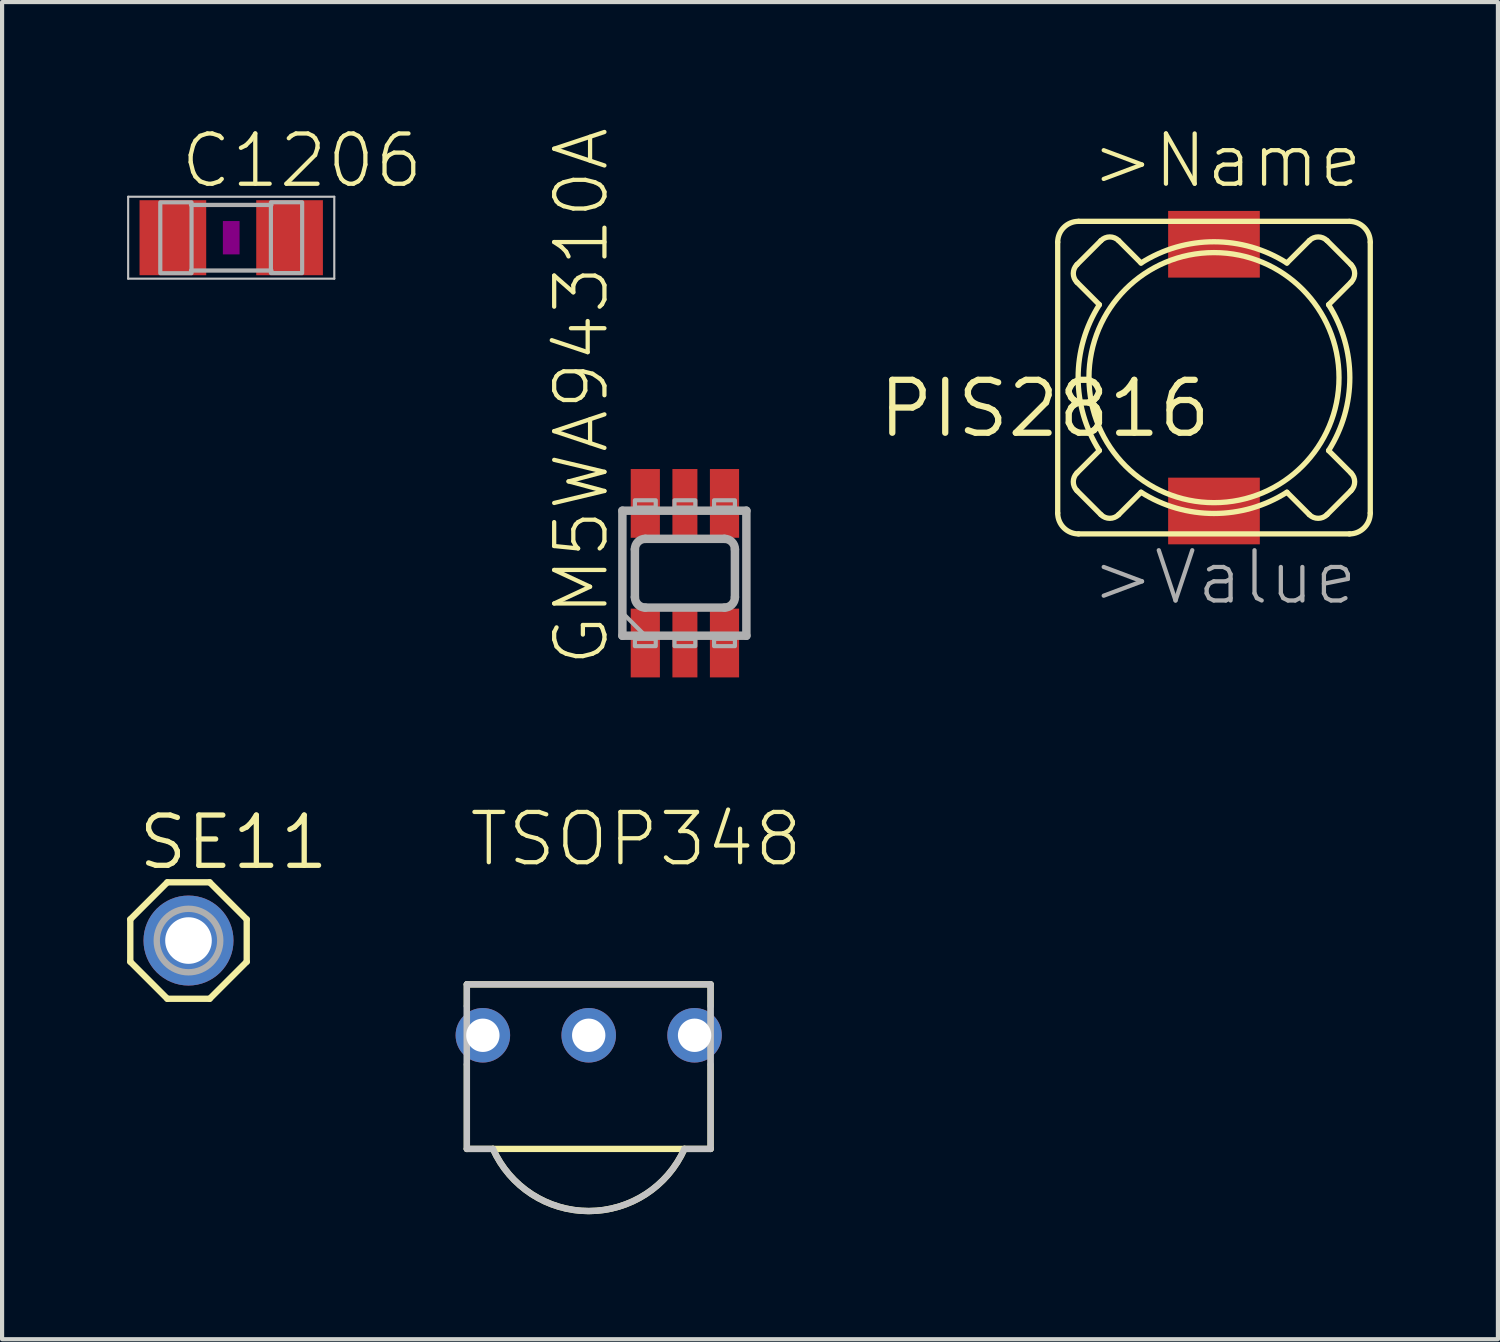
<source format=kicad_pcb>
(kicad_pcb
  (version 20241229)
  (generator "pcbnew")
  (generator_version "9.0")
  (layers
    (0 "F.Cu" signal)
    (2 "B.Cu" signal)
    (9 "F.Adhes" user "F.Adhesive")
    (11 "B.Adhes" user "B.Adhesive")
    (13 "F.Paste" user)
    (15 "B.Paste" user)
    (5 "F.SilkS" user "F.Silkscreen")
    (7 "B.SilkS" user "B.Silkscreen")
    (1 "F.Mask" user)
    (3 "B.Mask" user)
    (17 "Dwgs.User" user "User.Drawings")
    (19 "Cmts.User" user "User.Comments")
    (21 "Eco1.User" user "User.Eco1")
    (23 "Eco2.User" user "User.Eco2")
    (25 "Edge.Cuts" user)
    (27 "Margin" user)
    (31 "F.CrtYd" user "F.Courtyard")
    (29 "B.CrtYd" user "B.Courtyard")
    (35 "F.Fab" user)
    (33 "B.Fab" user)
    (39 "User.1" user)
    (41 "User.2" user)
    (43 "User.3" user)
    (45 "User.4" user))
  (footprint "PIS2816"
    (layer "F.Cu")
    (at 26.079 6.011)
    (property "Reference" "PIS2816" (at 0 0 0) (layer "F.SilkS") (effects (font (size 1.27 1.27) (thickness 0.15)) (justify right top)))
    (attr through_hole)
    (fp_line (start -3.75 3.25) (end -3.75 -3.25) (stroke (width 0.127) (type solid)) (layer "F.SilkS"))
    (fp_line (start -3.288 -2.712) (end -2.712 -3.288) (stroke (width 0.127) (type solid)) (layer "F.SilkS"))
    (fp_line (start -3.288 2.288) (end -2.75 1.75) (stroke (width 0.127) (type solid)) (layer "F.SilkS"))
    (fp_line (start -3.25 -3.75) (end 3.25 -3.75) (stroke (width 0.127) (type solid)) (layer "F.SilkS"))
    (fp_line (start -2.75 -1.75) (end -3.288 -2.288) (stroke (width 0.127) (type solid)) (layer "F.SilkS"))
    (fp_line (start -2.712 3.288) (end -3.288 2.712) (stroke (width 0.127) (type solid)) (layer "F.SilkS"))
    (fp_line (start -2.288 -3.288) (end -1.75 -2.75) (stroke (width 0.127) (type solid)) (layer "F.SilkS"))
    (fp_line (start -1.75 2.75) (end -2.288 3.288) (stroke (width 0.127) (type solid)) (layer "F.SilkS"))
    (fp_line (start 1.75 -2.75) (end 2.288 -3.288) (stroke (width 0.127) (type solid)) (layer "F.SilkS"))
    (fp_line (start 2.288 3.288) (end 1.75 2.75) (stroke (width 0.127) (type solid)) (layer "F.SilkS"))
    (fp_line (start 2.712 -3.288) (end 3.288 -2.712) (stroke (width 0.127) (type solid)) (layer "F.SilkS"))
    (fp_line (start 2.75 1.75) (end 3.288 2.288) (stroke (width 0.127) (type solid)) (layer "F.SilkS"))
    (fp_line (start 3.25 3.75) (end -3.25 3.75) (stroke (width 0.127) (type solid)) (layer "F.SilkS"))
    (fp_line (start 3.288 -2.288) (end 2.75 -1.75) (stroke (width 0.127) (type solid)) (layer "F.SilkS"))
    (fp_line (start 3.288 2.712) (end 2.712 3.288) (stroke (width 0.127) (type solid)) (layer "F.SilkS"))
    (fp_line (start 3.75 -3.25) (end 3.75 3.25) (stroke (width 0.127) (type solid)) (layer "F.SilkS"))
    (fp_arc (start -3.75 -3.25) (mid -3.603553 -3.603553) (end -3.25 -3.75) (stroke (width 0.127) (type solid)) (layer "F.SilkS"))
    (fp_arc (start -3.2879 -2.2879) (mid -3.375755 -2.5) (end -3.2879 -2.7121) (stroke (width 0.127) (type solid)) (layer "F.SilkS"))
    (fp_arc (start -3.2879 2.7121) (mid -3.375755 2.5) (end -3.2879 2.2879) (stroke (width 0.127) (type solid)) (layer "F.SilkS"))
    (fp_arc (start -3.25 3.75) (mid -3.603553 3.603553) (end -3.75 3.25) (stroke (width 0.127) (type solid)) (layer "F.SilkS"))
    (fp_arc (start -2.75 1.75) (mid -3.259601 0) (end -2.75 -1.75) (stroke (width 0.127) (type solid)) (layer "F.SilkS"))
    (fp_arc (start -2.7121 -3.2879) (mid -2.5 -3.375755) (end -2.2879 -3.2879) (stroke (width 0.127) (type solid)) (layer "F.SilkS"))
    (fp_arc (start -2.2879 3.2879) (mid -2.5 3.375755) (end -2.7121 3.2879) (stroke (width 0.127) (type solid)) (layer "F.SilkS"))
    (fp_arc (start -1.75 -2.75) (mid 0 -3.259601) (end 1.75 -2.75) (stroke (width 0.127) (type solid)) (layer "F.SilkS"))
    (fp_arc (start 1.75 2.75) (mid 0 3.259601) (end -1.75 2.75) (stroke (width 0.127) (type solid)) (layer "F.SilkS"))
    (fp_arc (start 2.2879 -3.2879) (mid 2.5 -3.375755) (end 2.7121 -3.2879) (stroke (width 0.127) (type solid)) (layer "F.SilkS"))
    (fp_arc (start 2.7121 3.2879) (mid 2.5 3.375755) (end 2.2879 3.2879) (stroke (width 0.127) (type solid)) (layer "F.SilkS"))
    (fp_arc (start 2.75 -1.75) (mid 3.259601 0) (end 2.75 1.75) (stroke (width 0.127) (type solid)) (layer "F.SilkS"))
    (fp_arc (start 3.25 -3.75) (mid 3.603553 -3.603553) (end 3.75 -3.25) (stroke (width 0.127) (type solid)) (layer "F.SilkS"))
    (fp_arc (start 3.2879 -2.7121) (mid 3.375755 -2.5) (end 3.2879 -2.2879) (stroke (width 0.127) (type solid)) (layer "F.SilkS"))
    (fp_arc (start 3.2879 2.2879) (mid 3.375755 2.5) (end 3.2879 2.7121) (stroke (width 0.127) (type solid)) (layer "F.SilkS"))
    (fp_arc (start 3.75 3.25) (mid 3.603553 3.603553) (end 3.25 3.75) (stroke (width 0.127) (type solid)) (layer "F.SilkS"))
    (fp_circle (center 0 0) (end 3 0) (stroke (width 0.127) (type solid)) (fill no) (layer "F.SilkS"))
    (fp_text user ">Name" (at -3 -4.5 0) (layer "F.SilkS") (effects (font (size 1.206 1.206) (thickness 0.102)) (justify left bottom)))
    (fp_text user ">Value" (at -3 5.5 0) (layer "F.Fab") (effects (font (size 1.206 1.206) (thickness 0.102)) (justify left bottom)))
    (pad "P$1" smd rect (at 0 -3.2) (size 2.2 1.6) (layers "F.Cu" "F.Mask" "F.Paste"))
    (pad "P$2" smd rect (at 0 3.2) (size 2.2 1.6) (layers "F.Cu" "F.Mask" "F.Paste")))
  (footprint "TSOP348"
    (layer "F.Cu")
    (at 11.076 21.791)
    (property "Reference" "TSOP348" (at -2.924 -4 0) (layer "F.SilkS") (effects (font (size 1.206 1.206) (thickness 0.102)) (justify left bottom)))
    (attr through_hole)
    (fp_line (start -2.924 -1.222) (end -2.924 -0.7) (stroke (width 0.152) (type solid)) (layer "F.SilkS"))
    (fp_line (start -2.924 -1.222) (end 2.924 -1.222) (stroke (width 0.152) (type solid)) (layer "F.SilkS"))
    (fp_line (start -2.924 0.7) (end -2.924 2.727) (stroke (width 0.152) (type solid)) (layer "F.SilkS"))
    (fp_line (start -2.924 2.727) (end -2.297 2.727) (stroke (width 0.152) (type solid)) (layer "F.SilkS"))
    (fp_line (start -2.297 2.727) (end 2.297 2.727) (stroke (width 0.152) (type solid)) (layer "F.SilkS"))
    (fp_line (start 2.297 2.727) (end 2.924 2.727) (stroke (width 0.152) (type solid)) (layer "F.SilkS"))
    (fp_line (start 2.924 -1.222) (end 2.924 -0.7) (stroke (width 0.152) (type solid)) (layer "F.SilkS"))
    (fp_line (start 2.924 0.7) (end 2.924 2.727) (stroke (width 0.152) (type solid)) (layer "F.SilkS"))
    (fp_arc (start 2.2968 2.727) (mid 0 4.217552) (end -2.2968 2.727) (stroke (width 0.1524) (type solid)) (layer "F.SilkS"))
    (fp_line (start -2.924 -1.222) (end 2.924 -1.222) (stroke (width 0.152) (type solid)) (layer "Dwgs.User"))
    (fp_line (start -2.924 2.727) (end -2.924 -1.222) (stroke (width 0.152) (type solid)) (layer "Dwgs.User"))
    (fp_line (start -2.297 2.727) (end -2.924 2.727) (stroke (width 0.152) (type solid)) (layer "Dwgs.User"))
    (fp_line (start 2.924 -1.222) (end 2.924 2.727) (stroke (width 0.152) (type solid)) (layer "Dwgs.User"))
    (fp_line (start 2.924 2.727) (end 2.297 2.727) (stroke (width 0.152) (type solid)) (layer "Dwgs.User"))
    (fp_arc (start 2.2968 2.727) (mid 0 4.217552) (end -2.2968 2.727) (stroke (width 0.1524) (type solid)) (layer "Dwgs.User"))
    (fp_line (start -2.924 -0.7) (end -2.924 0.7) (stroke (width 0.152) (type solid)) (layer "F.Fab"))
    (fp_line (start 2.924 -0.7) (end 2.924 0.7) (stroke (width 0.152) (type solid)) (layer "F.Fab"))
    (pad "1" thru_hole circle (at -2.54 0) (size 1.308 1.308) (drill 0.8) (layers "*.Cu" "*.Mask"))
    (pad "2" thru_hole circle (at 0 0) (size 1.308 1.308) (drill 0.8) (layers "*.Cu" "*.Mask"))
    (pad "3" thru_hole circle (at 2.54 0) (size 1.308 1.308) (drill 0.8) (layers "*.Cu" "*.Mask")))
  (footprint "GM5WA94310A"
    (layer "F.Cu")
    (at 13.384 10.704)
    (property "Reference" "GM5WA94310A" (at -1.778 2.286 90) (layer "F.SilkS") (effects (font (size 1.206 1.206) (thickness 0.102)) (justify left bottom)))
    (attr through_hole)
    (fp_poly (pts (xy -1.375 2.575) (xy -0.525 2.575) (xy -0.525 0.775) (xy -1.375 0.775)) (stroke (width 0) (type solid)) (fill yes) (layer "F.Mask"))
    (fp_poly (pts (xy -0.525 -2.575) (xy -1.375 -2.575) (xy -1.375 -0.775) (xy -0.525 -0.775)) (stroke (width 0) (type solid)) (fill yes) (layer "F.Mask"))
    (fp_poly (pts (xy -0.375 2.575) (xy 0.375 2.575) (xy 0.375 0.775) (xy -0.375 0.775)) (stroke (width 0) (type solid)) (fill yes) (layer "F.Mask"))
    (fp_poly (pts (xy 0.375 -2.575) (xy -0.375 -2.575) (xy -0.375 -0.775) (xy 0.375 -0.775)) (stroke (width 0) (type solid)) (fill yes) (layer "F.Mask"))
    (fp_poly (pts (xy 0.525 2.575) (xy 1.375 2.575) (xy 1.375 0.775) (xy 0.525 0.775)) (stroke (width 0) (type solid)) (fill yes) (layer "F.Mask"))
    (fp_poly (pts (xy 1.375 -2.575) (xy 0.525 -2.575) (xy 0.525 -0.775) (xy 1.375 -0.775)) (stroke (width 0) (type solid)) (fill yes) (layer "F.Mask"))
    (fp_line (start -1.5 -1.5) (end -1.5 1.5) (stroke (width 0.203) (type solid)) (layer "F.Fab"))
    (fp_line (start -1.5 1.5) (end 1.475 1.5) (stroke (width 0.203) (type solid)) (layer "F.Fab"))
    (fp_line (start -1.2 -0.575) (end -1.2 0.575) (stroke (width 0.203) (type solid)) (layer "F.Fab"))
    (fp_line (start -0.95 -0.825) (end 0.95 -0.825) (stroke (width 0.203) (type solid)) (layer "F.Fab"))
    (fp_line (start 0.95 0.825) (end -0.95 0.825) (stroke (width 0.203) (type solid)) (layer "F.Fab"))
    (fp_line (start 1.2 -0.575) (end 1.2 0.575) (stroke (width 0.203) (type solid)) (layer "F.Fab"))
    (fp_line (start 1.475 -1.5) (end -1.5 -1.5) (stroke (width 0.203) (type solid)) (layer "F.Fab"))
    (fp_line (start 1.475 1.5) (end 1.475 -1.5) (stroke (width 0.203) (type solid)) (layer "F.Fab"))
    (fp_arc (start -1.2 -0.575) (mid -1.126777 -0.751777) (end -0.95 -0.825) (stroke (width 0.2032) (type solid)) (layer "F.Fab"))
    (fp_arc (start -0.95 0.825) (mid -1.126777 0.751777) (end -1.2 0.575) (stroke (width 0.2032) (type solid)) (layer "F.Fab"))
    (fp_arc (start 0.95 -0.825) (mid 1.126777 -0.751777) (end 1.2 -0.575) (stroke (width 0.2032) (type solid)) (layer "F.Fab"))
    (fp_arc (start 1.2 0.575) (mid 1.126777 0.751777) (end 0.95 0.825) (stroke (width 0.2032) (type solid)) (layer "F.Fab"))
    (fp_poly (pts (xy -1.5 1.5) (xy -1.025 1.5) (xy -0.95 1.5) (xy -1.5 0.95)) (stroke (width 0.1) (type solid)) (fill no) (layer "F.Fab"))
    (fp_poly (pts (xy -1.2 -1.575) (xy -0.7 -1.575) (xy -0.7 -1.75) (xy -1.2 -1.75)) (stroke (width 0.1) (type solid)) (fill no) (layer "F.Fab"))
    (fp_poly (pts (xy -0.7 1.575) (xy -1.2 1.575) (xy -1.2 1.75) (xy -0.7 1.75)) (stroke (width 0.1) (type solid)) (fill no) (layer "F.Fab"))
    (fp_poly (pts (xy -0.25 -1.575) (xy 0.25 -1.575) (xy 0.25 -1.75) (xy -0.25 -1.75)) (stroke (width 0.1) (type solid)) (fill no) (layer "F.Fab"))
    (fp_poly (pts (xy 0.25 1.575) (xy -0.25 1.575) (xy -0.25 1.75) (xy 0.25 1.75)) (stroke (width 0.1) (type solid)) (fill no) (layer "F.Fab"))
    (fp_poly (pts (xy 0.7 -1.575) (xy 1.2 -1.575) (xy 1.2 -1.75) (xy 0.7 -1.75)) (stroke (width 0.1) (type solid)) (fill no) (layer "F.Fab"))
    (fp_poly (pts (xy 1.2 1.575) (xy 0.7 1.575) (xy 0.7 1.75) (xy 1.2 1.75)) (stroke (width 0.1) (type solid)) (fill no) (layer "F.Fab"))
    (pad "1" smd rect (at -0.95 1.675) (size 0.7 1.65) (layers "F.Cu" "F.Mask" "F.Paste"))
    (pad "2" smd rect (at 0 1.675) (size 0.6 1.65) (layers "F.Cu" "F.Mask" "F.Paste"))
    (pad "3" smd rect (at 0.95 1.675) (size 0.7 1.65) (layers "F.Cu" "F.Mask" "F.Paste"))
    (pad "4" smd rect (at 0.95 -1.675 180) (size 0.7 1.65) (layers "F.Cu" "F.Mask" "F.Paste"))
    (pad "5" smd rect (at 0 -1.675 180) (size 0.6 1.65) (layers "F.Cu" "F.Mask" "F.Paste"))
    (pad "6" smd rect (at -0.95 -1.675 180) (size 0.7 1.65) (layers "F.Cu" "F.Mask" "F.Paste")))
  (footprint "SE11"
    (layer "F.Cu")
    (at 1.473 19.518)
    (property "Reference" "SE11" (at -1.27 -1.651 0) (layer "F.SilkS") (effects (font (size 1.206 1.206) (thickness 0.127)) (justify left bottom)))
    (attr through_hole)
    (fp_line (start -1.397 -0.508) (end -1.397 0.508) (stroke (width 0.152) (type solid)) (layer "F.SilkS"))
    (fp_line (start -1.397 -0.508) (end -0.508 -1.397) (stroke (width 0.152) (type solid)) (layer "F.SilkS"))
    (fp_line (start -0.508 -1.397) (end 0.508 -1.397) (stroke (width 0.152) (type solid)) (layer "F.SilkS"))
    (fp_line (start -0.508 1.397) (end -1.397 0.508) (stroke (width 0.152) (type solid)) (layer "F.SilkS"))
    (fp_line (start 0.508 -1.397) (end 1.397 -0.508) (stroke (width 0.152) (type solid)) (layer "F.SilkS"))
    (fp_line (start 0.508 1.397) (end -0.508 1.397) (stroke (width 0.152) (type solid)) (layer "F.SilkS"))
    (fp_line (start 0.508 1.397) (end 1.397 0.508) (stroke (width 0.152) (type solid)) (layer "F.SilkS"))
    (fp_line (start 1.397 -0.508) (end 1.397 0.508) (stroke (width 0.152) (type solid)) (layer "F.SilkS"))
    (fp_circle (center 0 0) (end 0.381 0) (stroke (width 0.254) (type solid)) (fill no) (layer "F.Fab"))
    (fp_circle (center 0 0) (end 0.762 0) (stroke (width 0.152) (type solid)) (fill no) (layer "F.Fab"))
    (pad "MP" thru_hole circle (at 0 0) (size 2.159 2.159) (drill 1.118) (layers "*.Cu" "*.Mask")))
  (footprint "C1206"
    (layer "F.Cu")
    (at 2.498 2.654)
    (property "Reference" "C1206" (at -1.27 -1.143 0) (layer "F.SilkS") (effects (font (size 1.206 1.206) (thickness 0.102)) (justify left bottom)))
    (attr through_hole)
    (fp_poly (pts (xy -0.2 0.4) (xy 0.2 0.4) (xy 0.2 -0.4) (xy -0.2 -0.4)) (stroke (width 0) (type solid)) (fill yes) (layer "F.Adhes"))
    (fp_line (start -2.473 -0.983) (end 2.473 -0.983) (stroke (width 0.051) (type solid)) (layer "Dwgs.User"))
    (fp_line (start -2.473 0.983) (end -2.473 -0.983) (stroke (width 0.051) (type solid)) (layer "Dwgs.User"))
    (fp_line (start 2.473 -0.983) (end 2.473 0.983) (stroke (width 0.051) (type solid)) (layer "Dwgs.User"))
    (fp_line (start 2.473 0.983) (end -2.473 0.983) (stroke (width 0.051) (type solid)) (layer "Dwgs.User"))
    (fp_line (start -0.965 -0.787) (end 0.965 -0.787) (stroke (width 0.102) (type solid)) (layer "F.Fab"))
    (fp_line (start -0.965 0.787) (end 0.965 0.787) (stroke (width 0.102) (type solid)) (layer "F.Fab"))
    (fp_poly (pts (xy -1.702 0.851) (xy -0.952 0.851) (xy -0.952 -0.849) (xy -1.702 -0.849)) (stroke (width 0.1) (type solid)) (fill no) (layer "F.Fab"))
    (fp_poly (pts (xy 0.952 0.849) (xy 1.702 0.849) (xy 1.702 -0.851) (xy 0.952 -0.851)) (stroke (width 0.1) (type solid)) (fill no) (layer "F.Fab"))
    (pad "1" smd rect (at -1.4 0) (size 1.6 1.8) (layers "F.Cu" "F.Mask" "F.Paste"))
    (pad "2" smd rect (at 1.4 0) (size 1.6 1.8) (layers "F.Cu" "F.Mask" "F.Paste")))
  (gr_rect
    (start -3 -3)
    (end 32.892 29.084)
    (stroke (width 0.1) (type default))
    (fill no)
    (layer "Edge.Cuts")))
</source>
